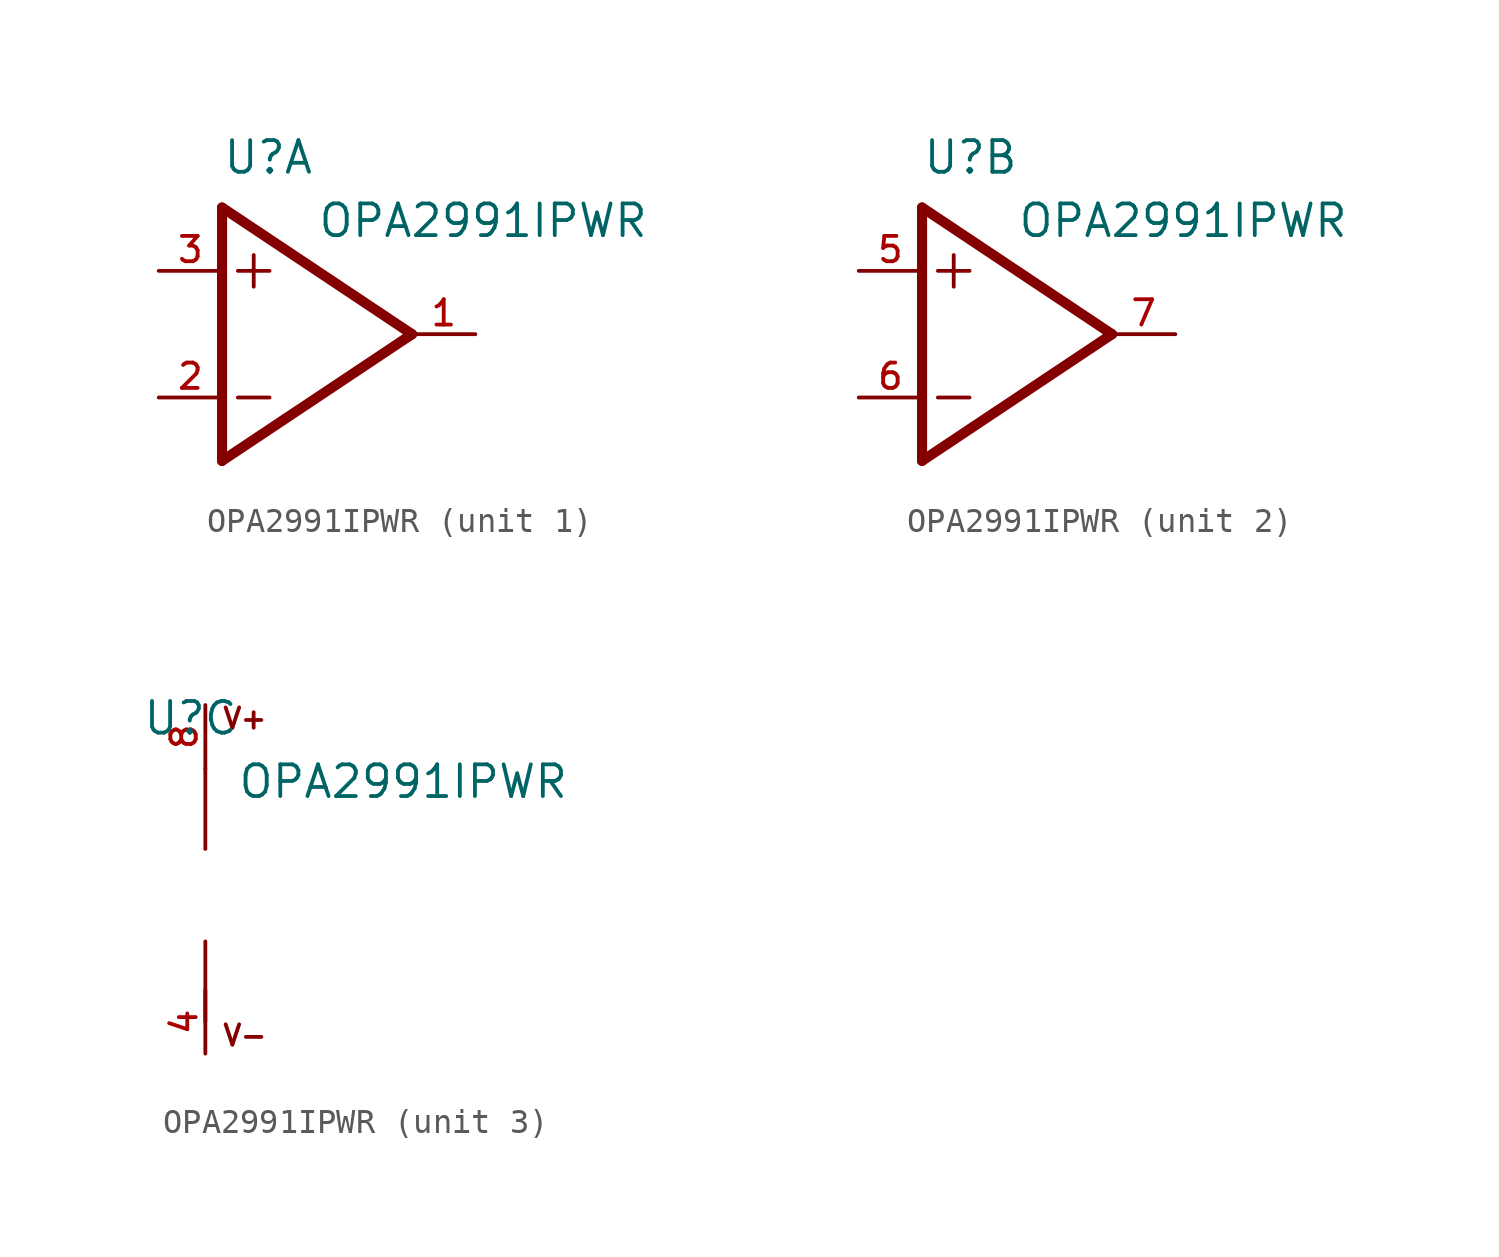
<source format=kicad_sym>
(kicad_symbol_lib
  (version 20211014)
  (generator kicad_symbol_editor)
  (symbol "OPA2991IPWR"
    (pin_names
      (offset 1.016))
    (property "Reference" "U"
      (at -2.54 6.35 0)
      (effects (font (size 1.27 1.27)) (justify bottom left)))
    (property "Value" "OPA2991IPWR"
      (at 1.27 3.81 0)
      (effects (font (size 1.27 1.27)) (justify bottom left)))
    (symbol "OPA2991IPWR_1_0"
      (polyline (pts (xy -1.27 3.175) (xy -1.27 1.905)) (stroke (width 0.152)))
      (polyline (pts (xy -1.905 2.54) (xy -0.635 2.54)) (stroke (width 0.152)))
      (polyline (pts (xy -1.905 -2.54) (xy -0.635 -2.54)) (stroke (width 0.152)))
      (polyline (pts (xy -2.54 5.08) (xy -2.54 -5.08)) (stroke (width 0.406)))
      (polyline (pts (xy -2.54 -5.08) (xy 5.08 0.0)) (stroke (width 0.406)))
      (polyline (pts (xy 5.08 0.0) (xy -2.54 5.08)) (stroke (width 0.406)))
      (pin input line (at -5.08 2.54 0) (length 2.54) (name "~" (effects (font (size 1.016 1.016)))) (number "3" (effects (font (size 1.016 1.016)))))
      (pin input line (at -5.08 -2.54 0) (length 2.54) (name "~" (effects (font (size 1.016 1.016)))) (number "2" (effects (font (size 1.016 1.016)))))
      (pin output line (at 7.62 0.0 180.0) (length 2.54) (name "~" (effects (font (size 1.016 1.016)))) (number "1" (effects (font (size 1.016 1.016))))))
    (symbol "OPA2991IPWR_2_0"
      (polyline (pts (xy -1.27 3.175) (xy -1.27 1.905)) (stroke (width 0.152)))
      (polyline (pts (xy -1.905 2.54) (xy -0.635 2.54)) (stroke (width 0.152)))
      (polyline (pts (xy -1.905 -2.54) (xy -0.635 -2.54)) (stroke (width 0.152)))
      (polyline (pts (xy -2.54 5.08) (xy -2.54 -5.08)) (stroke (width 0.406)))
      (polyline (pts (xy -2.54 -5.08) (xy 5.08 0.0)) (stroke (width 0.406)))
      (polyline (pts (xy 5.08 0.0) (xy -2.54 5.08)) (stroke (width 0.406)))
      (pin input line (at -5.08 2.54 0) (length 2.54) (name "~" (effects (font (size 1.016 1.016)))) (number "5" (effects (font (size 1.016 1.016)))))
      (pin input line (at -5.08 -2.54 0) (length 2.54) (name "~" (effects (font (size 1.016 1.016)))) (number "6" (effects (font (size 1.016 1.016)))))
      (pin output line (at 7.62 0.0 180.0) (length 2.54) (name "~" (effects (font (size 1.016 1.016)))) (number "7" (effects (font (size 1.016 1.016))))))
    (symbol "OPA2991IPWR_3_0"
      (polyline (pts (xy 0.0 5.08) (xy 0.0 1.854)) (stroke (width 0.152)))
      (polyline (pts (xy 0.0 -1.854) (xy 0.0 -5.08)) (stroke (width 0.152)))
      (text "V+" (at 0.635 6.604 0) (effects (font (size 0.813 0.813)) (justify bottom left)))
      (text "V-" (at 0.635 -6.096 0) (effects (font (size 0.813 0.813)) (justify bottom left)))
      (pin power_in line (at 0.0 7.62 270.0) (length 2.54) (name "~" (effects (font (size 1.016 1.016)))) (number "8" (effects (font (size 1.016 1.016)))))
      (pin power_in line (at 0.0 -6.35 90.0) (length 2.54) (name "~" (effects (font (size 1.016 1.016)))) (number "4" (effects (font (size 1.016 1.016))))))))
</source>
